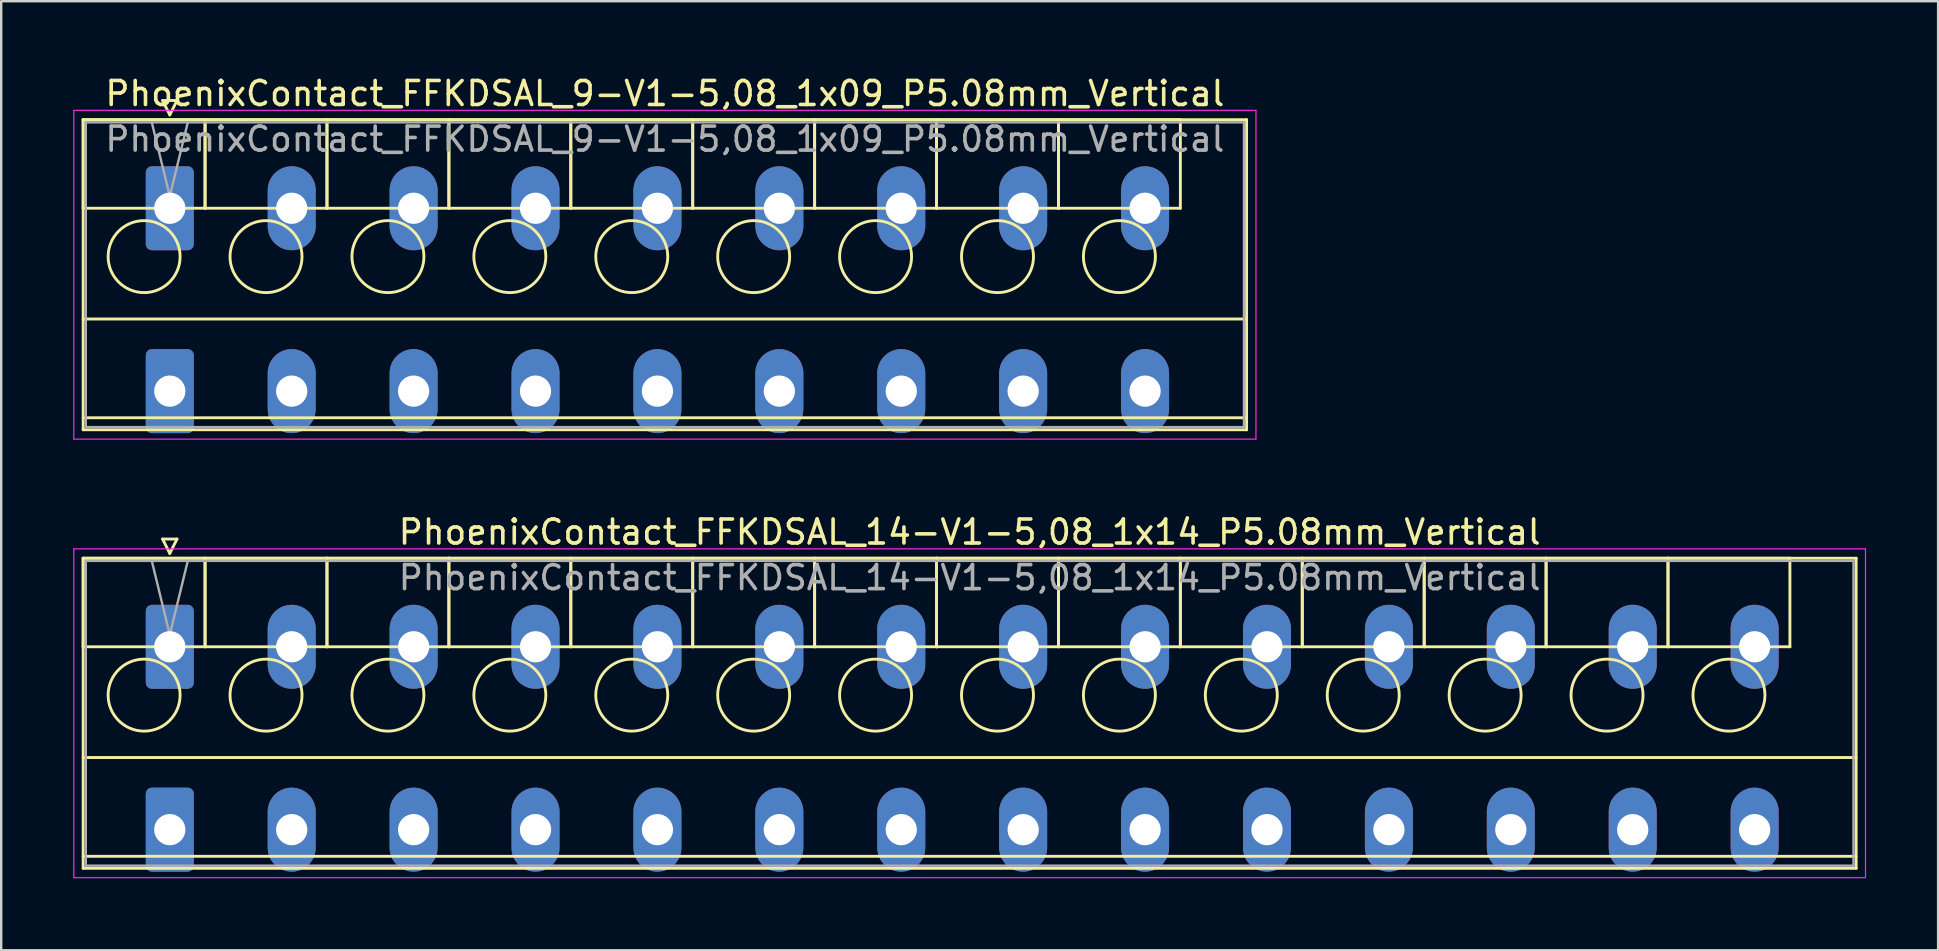
<source format=kicad_pcb>
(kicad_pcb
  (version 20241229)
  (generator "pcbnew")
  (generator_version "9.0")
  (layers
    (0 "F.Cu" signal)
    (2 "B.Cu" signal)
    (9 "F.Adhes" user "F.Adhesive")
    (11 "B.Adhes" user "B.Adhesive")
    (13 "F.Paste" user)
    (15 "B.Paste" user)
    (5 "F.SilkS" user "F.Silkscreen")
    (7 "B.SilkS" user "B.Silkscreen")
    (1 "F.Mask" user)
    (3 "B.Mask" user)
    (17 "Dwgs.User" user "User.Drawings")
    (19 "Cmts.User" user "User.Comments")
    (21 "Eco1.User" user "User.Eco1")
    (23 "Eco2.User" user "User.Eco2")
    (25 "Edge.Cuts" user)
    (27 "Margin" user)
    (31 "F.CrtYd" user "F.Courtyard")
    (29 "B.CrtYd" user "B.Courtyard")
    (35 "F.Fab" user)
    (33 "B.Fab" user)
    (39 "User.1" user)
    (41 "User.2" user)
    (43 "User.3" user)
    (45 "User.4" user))
  (footprint "PhoenixContact_FFKDSAL_9-V1-5,08_1x09_P5.08mm_Vertical"
    (layer "F.Cu")
    (at 4.025 5.628)
    (property "Reference" "PhoenixContact_FFKDSAL_9-V1-5,08_1x09_P5.08mm_Vertical" (at 20.63 -4.78 0) (layer "F.SilkS") (effects (font (size 1 1) (thickness 0.15))))
    (attr through_hole)
    (fp_line (start -3.61 -3.69) (end -3.61 0) (stroke (width 0.12) (type solid)) (layer "F.SilkS"))
    (fp_line (start -3.61 -3.69) (end -3.61 9.23) (stroke (width 0.12) (type solid)) (layer "F.SilkS"))
    (fp_line (start -3.61 0) (end 1.47 0) (stroke (width 0.12) (type solid)) (layer "F.SilkS"))
    (fp_line (start -3.61 4.615) (end 44.87 4.615) (stroke (width 0.12) (type solid)) (layer "F.SilkS"))
    (fp_line (start -3.61 8.73) (end 44.87 8.73) (stroke (width 0.12) (type solid)) (layer "F.SilkS"))
    (fp_line (start -3.61 9.23) (end 44.87 9.23) (stroke (width 0.12) (type solid)) (layer "F.SilkS"))
    (fp_line (start -0.3 -4.49) (end 0.3 -4.49) (stroke (width 0.12) (type solid)) (layer "F.SilkS"))
    (fp_line (start 0 -3.89) (end -0.3 -4.49) (stroke (width 0.12) (type solid)) (layer "F.SilkS"))
    (fp_line (start 0.3 -4.49) (end 0 -3.89) (stroke (width 0.12) (type solid)) (layer "F.SilkS"))
    (fp_line (start 1.47 -3.69) (end -3.61 -3.69) (stroke (width 0.12) (type solid)) (layer "F.SilkS"))
    (fp_line (start 1.47 -3.69) (end 1.47 0) (stroke (width 0.12) (type solid)) (layer "F.SilkS"))
    (fp_line (start 1.47 0) (end 1.47 -3.69) (stroke (width 0.12) (type solid)) (layer "F.SilkS"))
    (fp_line (start 1.47 0) (end 6.55 0) (stroke (width 0.12) (type solid)) (layer "F.SilkS"))
    (fp_line (start 6.55 -3.69) (end 1.47 -3.69) (stroke (width 0.12) (type solid)) (layer "F.SilkS"))
    (fp_line (start 6.55 -3.69) (end 6.55 0) (stroke (width 0.12) (type solid)) (layer "F.SilkS"))
    (fp_line (start 6.55 0) (end 6.55 -3.69) (stroke (width 0.12) (type solid)) (layer "F.SilkS"))
    (fp_line (start 6.55 0) (end 11.63 0) (stroke (width 0.12) (type solid)) (layer "F.SilkS"))
    (fp_line (start 11.63 -3.69) (end 6.55 -3.69) (stroke (width 0.12) (type solid)) (layer "F.SilkS"))
    (fp_line (start 11.63 -3.69) (end 11.63 0) (stroke (width 0.12) (type solid)) (layer "F.SilkS"))
    (fp_line (start 11.63 0) (end 11.63 -3.69) (stroke (width 0.12) (type solid)) (layer "F.SilkS"))
    (fp_line (start 11.63 0) (end 16.71 0) (stroke (width 0.12) (type solid)) (layer "F.SilkS"))
    (fp_line (start 16.71 -3.69) (end 11.63 -3.69) (stroke (width 0.12) (type solid)) (layer "F.SilkS"))
    (fp_line (start 16.71 -3.69) (end 16.71 0) (stroke (width 0.12) (type solid)) (layer "F.SilkS"))
    (fp_line (start 16.71 0) (end 16.71 -3.69) (stroke (width 0.12) (type solid)) (layer "F.SilkS"))
    (fp_line (start 16.71 0) (end 21.79 0) (stroke (width 0.12) (type solid)) (layer "F.SilkS"))
    (fp_line (start 21.79 -3.69) (end 16.71 -3.69) (stroke (width 0.12) (type solid)) (layer "F.SilkS"))
    (fp_line (start 21.79 -3.69) (end 21.79 0) (stroke (width 0.12) (type solid)) (layer "F.SilkS"))
    (fp_line (start 21.79 0) (end 21.79 -3.69) (stroke (width 0.12) (type solid)) (layer "F.SilkS"))
    (fp_line (start 21.79 0) (end 26.87 0) (stroke (width 0.12) (type solid)) (layer "F.SilkS"))
    (fp_line (start 26.87 -3.69) (end 21.79 -3.69) (stroke (width 0.12) (type solid)) (layer "F.SilkS"))
    (fp_line (start 26.87 -3.69) (end 26.87 0) (stroke (width 0.12) (type solid)) (layer "F.SilkS"))
    (fp_line (start 26.87 0) (end 26.87 -3.69) (stroke (width 0.12) (type solid)) (layer "F.SilkS"))
    (fp_line (start 26.87 0) (end 31.95 0) (stroke (width 0.12) (type solid)) (layer "F.SilkS"))
    (fp_line (start 31.95 -3.69) (end 26.87 -3.69) (stroke (width 0.12) (type solid)) (layer "F.SilkS"))
    (fp_line (start 31.95 -3.69) (end 31.95 0) (stroke (width 0.12) (type solid)) (layer "F.SilkS"))
    (fp_line (start 31.95 0) (end 31.95 -3.69) (stroke (width 0.12) (type solid)) (layer "F.SilkS"))
    (fp_line (start 31.95 0) (end 37.03 0) (stroke (width 0.12) (type solid)) (layer "F.SilkS"))
    (fp_line (start 37.03 -3.69) (end 31.95 -3.69) (stroke (width 0.12) (type solid)) (layer "F.SilkS"))
    (fp_line (start 37.03 -3.69) (end 37.03 0) (stroke (width 0.12) (type solid)) (layer "F.SilkS"))
    (fp_line (start 37.03 0) (end 37.03 -3.69) (stroke (width 0.12) (type solid)) (layer "F.SilkS"))
    (fp_line (start 37.03 0) (end 42.11 0) (stroke (width 0.12) (type solid)) (layer "F.SilkS"))
    (fp_line (start 42.11 -3.69) (end 37.03 -3.69) (stroke (width 0.12) (type solid)) (layer "F.SilkS"))
    (fp_line (start 42.11 0) (end 42.11 -3.69) (stroke (width 0.12) (type solid)) (layer "F.SilkS"))
    (fp_line (start 44.87 -3.69) (end -3.61 -3.69) (stroke (width 0.12) (type solid)) (layer "F.SilkS"))
    (fp_line (start 44.87 9.23) (end 44.87 -3.69) (stroke (width 0.12) (type solid)) (layer "F.SilkS"))
    (fp_circle (center -1.07 2.015) (end 0.43 2.015) (stroke (width 0.12) (type solid)) (fill no) (layer "F.SilkS"))
    (fp_circle (center 4.01 2.015) (end 5.51 2.015) (stroke (width 0.12) (type solid)) (fill no) (layer "F.SilkS"))
    (fp_circle (center 9.09 2.015) (end 10.59 2.015) (stroke (width 0.12) (type solid)) (fill no) (layer "F.SilkS"))
    (fp_circle (center 14.17 2.015) (end 15.67 2.015) (stroke (width 0.12) (type solid)) (fill no) (layer "F.SilkS"))
    (fp_circle (center 19.25 2.015) (end 20.75 2.015) (stroke (width 0.12) (type solid)) (fill no) (layer "F.SilkS"))
    (fp_circle (center 24.33 2.015) (end 25.83 2.015) (stroke (width 0.12) (type solid)) (fill no) (layer "F.SilkS"))
    (fp_circle (center 29.41 2.015) (end 30.91 2.015) (stroke (width 0.12) (type solid)) (fill no) (layer "F.SilkS"))
    (fp_circle (center 34.49 2.015) (end 35.99 2.015) (stroke (width 0.12) (type solid)) (fill no) (layer "F.SilkS"))
    (fp_circle (center 39.57 2.015) (end 41.07 2.015) (stroke (width 0.12) (type solid)) (fill no) (layer "F.SilkS"))
    (fp_line (start -4 -4.08) (end -4 9.62) (stroke (width 0.05) (type solid)) (layer "F.CrtYd"))
    (fp_line (start -4 9.62) (end 45.26 9.62) (stroke (width 0.05) (type solid)) (layer "F.CrtYd"))
    (fp_line (start 45.26 -4.08) (end -4 -4.08) (stroke (width 0.05) (type solid)) (layer "F.CrtYd"))
    (fp_line (start 45.26 9.62) (end 45.26 -4.08) (stroke (width 0.05) (type solid)) (layer "F.CrtYd"))
    (fp_line (start -3.5 -3.58) (end -3.5 9.12) (stroke (width 0.1) (type solid)) (layer "F.Fab"))
    (fp_line (start -3.5 9.12) (end 44.76 9.12) (stroke (width 0.1) (type solid)) (layer "F.Fab"))
    (fp_line (start 0 -0.5) (end -0.75 -3.58) (stroke (width 0.1) (type solid)) (layer "F.Fab"))
    (fp_line (start 0.75 -3.58) (end 0 -0.5) (stroke (width 0.1) (type solid)) (layer "F.Fab"))
    (fp_line (start 44.76 -3.58) (end -3.5 -3.58) (stroke (width 0.1) (type solid)) (layer "F.Fab"))
    (fp_line (start 44.76 9.12) (end 44.76 -3.58) (stroke (width 0.1) (type solid)) (layer "F.Fab"))
    (fp_text user "${REFERENCE}" (at 20.63 -2.88 0) (layer "F.Fab") (effects (font (size 1 1) (thickness 0.15))))
    (pad "1" thru_hole roundrect (at 0 0) (size 2 3.5) (drill 1.3) (layers "*.Cu" "*.Mask") (roundrect_rratio 0.125))
    (pad "1" thru_hole roundrect (at 0 7.62) (size 2 3.5) (drill 1.3) (layers "*.Cu" "*.Mask") (roundrect_rratio 0.125))
    (pad "2" thru_hole oval (at 5.08 0) (size 2 3.5) (drill 1.3) (layers "*.Cu" "*.Mask"))
    (pad "2" thru_hole oval (at 5.08 7.62) (size 2 3.5) (drill 1.3) (layers "*.Cu" "*.Mask"))
    (pad "3" thru_hole oval (at 10.16 0) (size 2 3.5) (drill 1.3) (layers "*.Cu" "*.Mask"))
    (pad "3" thru_hole oval (at 10.16 7.62) (size 2 3.5) (drill 1.3) (layers "*.Cu" "*.Mask"))
    (pad "4" thru_hole oval (at 15.24 0) (size 2 3.5) (drill 1.3) (layers "*.Cu" "*.Mask"))
    (pad "4" thru_hole oval (at 15.24 7.62) (size 2 3.5) (drill 1.3) (layers "*.Cu" "*.Mask"))
    (pad "5" thru_hole oval (at 20.32 0) (size 2 3.5) (drill 1.3) (layers "*.Cu" "*.Mask"))
    (pad "5" thru_hole oval (at 20.32 7.62) (size 2 3.5) (drill 1.3) (layers "*.Cu" "*.Mask"))
    (pad "6" thru_hole oval (at 25.4 0) (size 2 3.5) (drill 1.3) (layers "*.Cu" "*.Mask"))
    (pad "6" thru_hole oval (at 25.4 7.62) (size 2 3.5) (drill 1.3) (layers "*.Cu" "*.Mask"))
    (pad "7" thru_hole oval (at 30.48 0) (size 2 3.5) (drill 1.3) (layers "*.Cu" "*.Mask"))
    (pad "7" thru_hole oval (at 30.48 7.62) (size 2 3.5) (drill 1.3) (layers "*.Cu" "*.Mask"))
    (pad "8" thru_hole oval (at 35.56 0) (size 2 3.5) (drill 1.3) (layers "*.Cu" "*.Mask"))
    (pad "8" thru_hole oval (at 35.56 7.62) (size 2 3.5) (drill 1.3) (layers "*.Cu" "*.Mask"))
    (pad "9" thru_hole oval (at 40.64 0) (size 2 3.5) (drill 1.3) (layers "*.Cu" "*.Mask"))
    (pad "9" thru_hole oval (at 40.64 7.62) (size 2 3.5) (drill 1.3) (layers "*.Cu" "*.Mask")))
  (footprint "PhoenixContact_FFKDSAL_14-V1-5,08_1x14_P5.08mm_Vertical"
    (layer "F.Cu")
    (at 4.025 23.901)
    (property "Reference" "PhoenixContact_FFKDSAL_14-V1-5,08_1x14_P5.08mm_Vertical" (at 33.33 -4.78 0) (layer "F.SilkS") (effects (font (size 1 1) (thickness 0.15))))
    (attr through_hole)
    (fp_line (start -3.61 -3.69) (end -3.61 0) (stroke (width 0.12) (type solid)) (layer "F.SilkS"))
    (fp_line (start -3.61 -3.69) (end -3.61 9.23) (stroke (width 0.12) (type solid)) (layer "F.SilkS"))
    (fp_line (start -3.61 0) (end 1.47 0) (stroke (width 0.12) (type solid)) (layer "F.SilkS"))
    (fp_line (start -3.61 4.615) (end 70.27 4.615) (stroke (width 0.12) (type solid)) (layer "F.SilkS"))
    (fp_line (start -3.61 8.73) (end 70.27 8.73) (stroke (width 0.12) (type solid)) (layer "F.SilkS"))
    (fp_line (start -3.61 9.23) (end 70.27 9.23) (stroke (width 0.12) (type solid)) (layer "F.SilkS"))
    (fp_line (start -0.3 -4.49) (end 0.3 -4.49) (stroke (width 0.12) (type solid)) (layer "F.SilkS"))
    (fp_line (start 0 -3.89) (end -0.3 -4.49) (stroke (width 0.12) (type solid)) (layer "F.SilkS"))
    (fp_line (start 0.3 -4.49) (end 0 -3.89) (stroke (width 0.12) (type solid)) (layer "F.SilkS"))
    (fp_line (start 1.47 -3.69) (end -3.61 -3.69) (stroke (width 0.12) (type solid)) (layer "F.SilkS"))
    (fp_line (start 1.47 -3.69) (end 1.47 0) (stroke (width 0.12) (type solid)) (layer "F.SilkS"))
    (fp_line (start 1.47 0) (end 1.47 -3.69) (stroke (width 0.12) (type solid)) (layer "F.SilkS"))
    (fp_line (start 1.47 0) (end 6.55 0) (stroke (width 0.12) (type solid)) (layer "F.SilkS"))
    (fp_line (start 6.55 -3.69) (end 1.47 -3.69) (stroke (width 0.12) (type solid)) (layer "F.SilkS"))
    (fp_line (start 6.55 -3.69) (end 6.55 0) (stroke (width 0.12) (type solid)) (layer "F.SilkS"))
    (fp_line (start 6.55 0) (end 6.55 -3.69) (stroke (width 0.12) (type solid)) (layer "F.SilkS"))
    (fp_line (start 6.55 0) (end 11.63 0) (stroke (width 0.12) (type solid)) (layer "F.SilkS"))
    (fp_line (start 11.63 -3.69) (end 6.55 -3.69) (stroke (width 0.12) (type solid)) (layer "F.SilkS"))
    (fp_line (start 11.63 -3.69) (end 11.63 0) (stroke (width 0.12) (type solid)) (layer "F.SilkS"))
    (fp_line (start 11.63 0) (end 11.63 -3.69) (stroke (width 0.12) (type solid)) (layer "F.SilkS"))
    (fp_line (start 11.63 0) (end 16.71 0) (stroke (width 0.12) (type solid)) (layer "F.SilkS"))
    (fp_line (start 16.71 -3.69) (end 11.63 -3.69) (stroke (width 0.12) (type solid)) (layer "F.SilkS"))
    (fp_line (start 16.71 -3.69) (end 16.71 0) (stroke (width 0.12) (type solid)) (layer "F.SilkS"))
    (fp_line (start 16.71 0) (end 16.71 -3.69) (stroke (width 0.12) (type solid)) (layer "F.SilkS"))
    (fp_line (start 16.71 0) (end 21.79 0) (stroke (width 0.12) (type solid)) (layer "F.SilkS"))
    (fp_line (start 21.79 -3.69) (end 16.71 -3.69) (stroke (width 0.12) (type solid)) (layer "F.SilkS"))
    (fp_line (start 21.79 -3.69) (end 21.79 0) (stroke (width 0.12) (type solid)) (layer "F.SilkS"))
    (fp_line (start 21.79 0) (end 21.79 -3.69) (stroke (width 0.12) (type solid)) (layer "F.SilkS"))
    (fp_line (start 21.79 0) (end 26.87 0) (stroke (width 0.12) (type solid)) (layer "F.SilkS"))
    (fp_line (start 26.87 -3.69) (end 21.79 -3.69) (stroke (width 0.12) (type solid)) (layer "F.SilkS"))
    (fp_line (start 26.87 -3.69) (end 26.87 0) (stroke (width 0.12) (type solid)) (layer "F.SilkS"))
    (fp_line (start 26.87 0) (end 26.87 -3.69) (stroke (width 0.12) (type solid)) (layer "F.SilkS"))
    (fp_line (start 26.87 0) (end 31.95 0) (stroke (width 0.12) (type solid)) (layer "F.SilkS"))
    (fp_line (start 31.95 -3.69) (end 26.87 -3.69) (stroke (width 0.12) (type solid)) (layer "F.SilkS"))
    (fp_line (start 31.95 -3.69) (end 31.95 0) (stroke (width 0.12) (type solid)) (layer "F.SilkS"))
    (fp_line (start 31.95 0) (end 31.95 -3.69) (stroke (width 0.12) (type solid)) (layer "F.SilkS"))
    (fp_line (start 31.95 0) (end 37.03 0) (stroke (width 0.12) (type solid)) (layer "F.SilkS"))
    (fp_line (start 37.03 -3.69) (end 31.95 -3.69) (stroke (width 0.12) (type solid)) (layer "F.SilkS"))
    (fp_line (start 37.03 -3.69) (end 37.03 0) (stroke (width 0.12) (type solid)) (layer "F.SilkS"))
    (fp_line (start 37.03 0) (end 37.03 -3.69) (stroke (width 0.12) (type solid)) (layer "F.SilkS"))
    (fp_line (start 37.03 0) (end 42.11 0) (stroke (width 0.12) (type solid)) (layer "F.SilkS"))
    (fp_line (start 42.11 -3.69) (end 37.03 -3.69) (stroke (width 0.12) (type solid)) (layer "F.SilkS"))
    (fp_line (start 42.11 -3.69) (end 42.11 0) (stroke (width 0.12) (type solid)) (layer "F.SilkS"))
    (fp_line (start 42.11 0) (end 42.11 -3.69) (stroke (width 0.12) (type solid)) (layer "F.SilkS"))
    (fp_line (start 42.11 0) (end 47.19 0) (stroke (width 0.12) (type solid)) (layer "F.SilkS"))
    (fp_line (start 47.19 -3.69) (end 42.11 -3.69) (stroke (width 0.12) (type solid)) (layer "F.SilkS"))
    (fp_line (start 47.19 -3.69) (end 47.19 0) (stroke (width 0.12) (type solid)) (layer "F.SilkS"))
    (fp_line (start 47.19 0) (end 47.19 -3.69) (stroke (width 0.12) (type solid)) (layer "F.SilkS"))
    (fp_line (start 47.19 0) (end 52.27 0) (stroke (width 0.12) (type solid)) (layer "F.SilkS"))
    (fp_line (start 52.27 -3.69) (end 47.19 -3.69) (stroke (width 0.12) (type solid)) (layer "F.SilkS"))
    (fp_line (start 52.27 -3.69) (end 52.27 0) (stroke (width 0.12) (type solid)) (layer "F.SilkS"))
    (fp_line (start 52.27 0) (end 52.27 -3.69) (stroke (width 0.12) (type solid)) (layer "F.SilkS"))
    (fp_line (start 52.27 0) (end 57.35 0) (stroke (width 0.12) (type solid)) (layer "F.SilkS"))
    (fp_line (start 57.35 -3.69) (end 52.27 -3.69) (stroke (width 0.12) (type solid)) (layer "F.SilkS"))
    (fp_line (start 57.35 -3.69) (end 57.35 0) (stroke (width 0.12) (type solid)) (layer "F.SilkS"))
    (fp_line (start 57.35 0) (end 57.35 -3.69) (stroke (width 0.12) (type solid)) (layer "F.SilkS"))
    (fp_line (start 57.35 0) (end 62.43 0) (stroke (width 0.12) (type solid)) (layer "F.SilkS"))
    (fp_line (start 62.43 -3.69) (end 57.35 -3.69) (stroke (width 0.12) (type solid)) (layer "F.SilkS"))
    (fp_line (start 62.43 -3.69) (end 62.43 0) (stroke (width 0.12) (type solid)) (layer "F.SilkS"))
    (fp_line (start 62.43 0) (end 62.43 -3.69) (stroke (width 0.12) (type solid)) (layer "F.SilkS"))
    (fp_line (start 62.43 0) (end 67.51 0) (stroke (width 0.12) (type solid)) (layer "F.SilkS"))
    (fp_line (start 67.51 -3.69) (end 62.43 -3.69) (stroke (width 0.12) (type solid)) (layer "F.SilkS"))
    (fp_line (start 67.51 0) (end 67.51 -3.69) (stroke (width 0.12) (type solid)) (layer "F.SilkS"))
    (fp_line (start 70.27 -3.69) (end -3.61 -3.69) (stroke (width 0.12) (type solid)) (layer "F.SilkS"))
    (fp_line (start 70.27 9.23) (end 70.27 -3.69) (stroke (width 0.12) (type solid)) (layer "F.SilkS"))
    (fp_circle (center -1.07 2.015) (end 0.43 2.015) (stroke (width 0.12) (type solid)) (fill no) (layer "F.SilkS"))
    (fp_circle (center 4.01 2.015) (end 5.51 2.015) (stroke (width 0.12) (type solid)) (fill no) (layer "F.SilkS"))
    (fp_circle (center 9.09 2.015) (end 10.59 2.015) (stroke (width 0.12) (type solid)) (fill no) (layer "F.SilkS"))
    (fp_circle (center 14.17 2.015) (end 15.67 2.015) (stroke (width 0.12) (type solid)) (fill no) (layer "F.SilkS"))
    (fp_circle (center 19.25 2.015) (end 20.75 2.015) (stroke (width 0.12) (type solid)) (fill no) (layer "F.SilkS"))
    (fp_circle (center 24.33 2.015) (end 25.83 2.015) (stroke (width 0.12) (type solid)) (fill no) (layer "F.SilkS"))
    (fp_circle (center 29.41 2.015) (end 30.91 2.015) (stroke (width 0.12) (type solid)) (fill no) (layer "F.SilkS"))
    (fp_circle (center 34.49 2.015) (end 35.99 2.015) (stroke (width 0.12) (type solid)) (fill no) (layer "F.SilkS"))
    (fp_circle (center 39.57 2.015) (end 41.07 2.015) (stroke (width 0.12) (type solid)) (fill no) (layer "F.SilkS"))
    (fp_circle (center 44.65 2.015) (end 46.15 2.015) (stroke (width 0.12) (type solid)) (fill no) (layer "F.SilkS"))
    (fp_circle (center 49.73 2.015) (end 51.23 2.015) (stroke (width 0.12) (type solid)) (fill no) (layer "F.SilkS"))
    (fp_circle (center 54.81 2.015) (end 56.31 2.015) (stroke (width 0.12) (type solid)) (fill no) (layer "F.SilkS"))
    (fp_circle (center 59.89 2.015) (end 61.39 2.015) (stroke (width 0.12) (type solid)) (fill no) (layer "F.SilkS"))
    (fp_circle (center 64.97 2.015) (end 66.47 2.015) (stroke (width 0.12) (type solid)) (fill no) (layer "F.SilkS"))
    (fp_line (start -4 -4.08) (end -4 9.62) (stroke (width 0.05) (type solid)) (layer "F.CrtYd"))
    (fp_line (start -4 9.62) (end 70.66 9.62) (stroke (width 0.05) (type solid)) (layer "F.CrtYd"))
    (fp_line (start 70.66 -4.08) (end -4 -4.08) (stroke (width 0.05) (type solid)) (layer "F.CrtYd"))
    (fp_line (start 70.66 9.62) (end 70.66 -4.08) (stroke (width 0.05) (type solid)) (layer "F.CrtYd"))
    (fp_line (start -3.5 -3.58) (end -3.5 9.12) (stroke (width 0.1) (type solid)) (layer "F.Fab"))
    (fp_line (start -3.5 9.12) (end 70.16 9.12) (stroke (width 0.1) (type solid)) (layer "F.Fab"))
    (fp_line (start 0 -0.5) (end -0.75 -3.58) (stroke (width 0.1) (type solid)) (layer "F.Fab"))
    (fp_line (start 0.75 -3.58) (end 0 -0.5) (stroke (width 0.1) (type solid)) (layer "F.Fab"))
    (fp_line (start 70.16 -3.58) (end -3.5 -3.58) (stroke (width 0.1) (type solid)) (layer "F.Fab"))
    (fp_line (start 70.16 9.12) (end 70.16 -3.58) (stroke (width 0.1) (type solid)) (layer "F.Fab"))
    (fp_text user "${REFERENCE}" (at 33.33 -2.88 0) (layer "F.Fab") (effects (font (size 1 1) (thickness 0.15))))
    (pad "1" thru_hole roundrect (at 0 0) (size 2 3.5) (drill 1.3) (layers "*.Cu" "*.Mask") (roundrect_rratio 0.125))
    (pad "1" thru_hole roundrect (at 0 7.62) (size 2 3.5) (drill 1.3) (layers "*.Cu" "*.Mask") (roundrect_rratio 0.125))
    (pad "2" thru_hole oval (at 5.08 0) (size 2 3.5) (drill 1.3) (layers "*.Cu" "*.Mask"))
    (pad "2" thru_hole oval (at 5.08 7.62) (size 2 3.5) (drill 1.3) (layers "*.Cu" "*.Mask"))
    (pad "3" thru_hole oval (at 10.16 0) (size 2 3.5) (drill 1.3) (layers "*.Cu" "*.Mask"))
    (pad "3" thru_hole oval (at 10.16 7.62) (size 2 3.5) (drill 1.3) (layers "*.Cu" "*.Mask"))
    (pad "4" thru_hole oval (at 15.24 0) (size 2 3.5) (drill 1.3) (layers "*.Cu" "*.Mask"))
    (pad "4" thru_hole oval (at 15.24 7.62) (size 2 3.5) (drill 1.3) (layers "*.Cu" "*.Mask"))
    (pad "5" thru_hole oval (at 20.32 0) (size 2 3.5) (drill 1.3) (layers "*.Cu" "*.Mask"))
    (pad "5" thru_hole oval (at 20.32 7.62) (size 2 3.5) (drill 1.3) (layers "*.Cu" "*.Mask"))
    (pad "6" thru_hole oval (at 25.4 0) (size 2 3.5) (drill 1.3) (layers "*.Cu" "*.Mask"))
    (pad "6" thru_hole oval (at 25.4 7.62) (size 2 3.5) (drill 1.3) (layers "*.Cu" "*.Mask"))
    (pad "7" thru_hole oval (at 30.48 0) (size 2 3.5) (drill 1.3) (layers "*.Cu" "*.Mask"))
    (pad "7" thru_hole oval (at 30.48 7.62) (size 2 3.5) (drill 1.3) (layers "*.Cu" "*.Mask"))
    (pad "8" thru_hole oval (at 35.56 0) (size 2 3.5) (drill 1.3) (layers "*.Cu" "*.Mask"))
    (pad "8" thru_hole oval (at 35.56 7.62) (size 2 3.5) (drill 1.3) (layers "*.Cu" "*.Mask"))
    (pad "9" thru_hole oval (at 40.64 0) (size 2 3.5) (drill 1.3) (layers "*.Cu" "*.Mask"))
    (pad "9" thru_hole oval (at 40.64 7.62) (size 2 3.5) (drill 1.3) (layers "*.Cu" "*.Mask"))
    (pad "10" thru_hole oval (at 45.72 0) (size 2 3.5) (drill 1.3) (layers "*.Cu" "*.Mask"))
    (pad "10" thru_hole oval (at 45.72 7.62) (size 2 3.5) (drill 1.3) (layers "*.Cu" "*.Mask"))
    (pad "11" thru_hole oval (at 50.8 0) (size 2 3.5) (drill 1.3) (layers "*.Cu" "*.Mask"))
    (pad "11" thru_hole oval (at 50.8 7.62) (size 2 3.5) (drill 1.3) (layers "*.Cu" "*.Mask"))
    (pad "12" thru_hole oval (at 55.88 0) (size 2 3.5) (drill 1.3) (layers "*.Cu" "*.Mask"))
    (pad "12" thru_hole oval (at 55.88 7.62) (size 2 3.5) (drill 1.3) (layers "*.Cu" "*.Mask"))
    (pad "13" thru_hole oval (at 60.96 0) (size 2 3.5) (drill 1.3) (layers "*.Cu" "*.Mask"))
    (pad "13" thru_hole oval (at 60.96 7.62) (size 2 3.5) (drill 1.3) (layers "*.Cu" "*.Mask"))
    (pad "14" thru_hole oval (at 66.04 0) (size 2 3.5) (drill 1.3) (layers "*.Cu" "*.Mask"))
    (pad "14" thru_hole oval (at 66.04 7.62) (size 2 3.5) (drill 1.3) (layers "*.Cu" "*.Mask")))
  (gr_rect
    (start -3 -3)
    (end 77.71 36.547)
    (stroke (width 0.1) (type default))
    (fill no)
    (layer "Edge.Cuts")))
</source>
